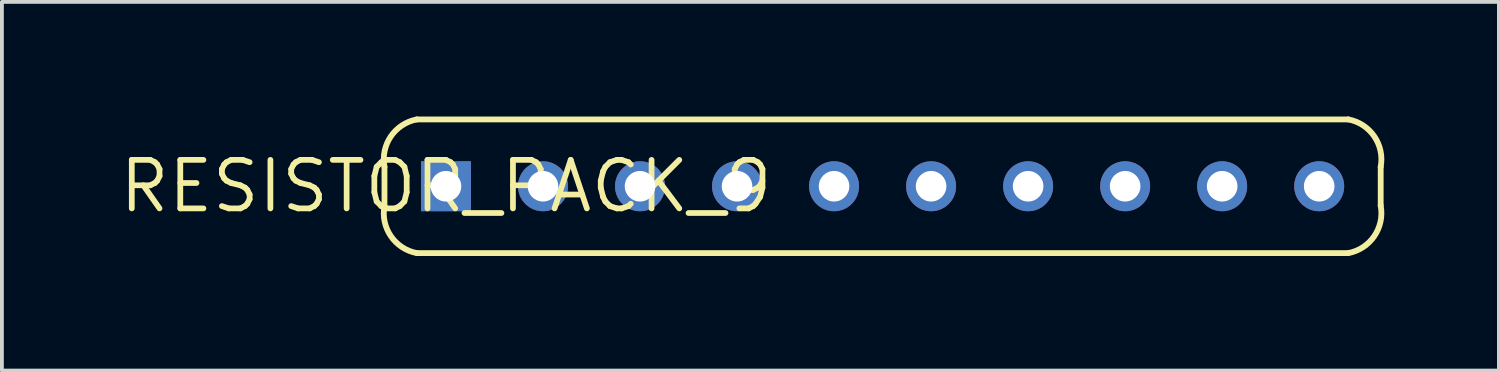
<source format=kicad_pcb>
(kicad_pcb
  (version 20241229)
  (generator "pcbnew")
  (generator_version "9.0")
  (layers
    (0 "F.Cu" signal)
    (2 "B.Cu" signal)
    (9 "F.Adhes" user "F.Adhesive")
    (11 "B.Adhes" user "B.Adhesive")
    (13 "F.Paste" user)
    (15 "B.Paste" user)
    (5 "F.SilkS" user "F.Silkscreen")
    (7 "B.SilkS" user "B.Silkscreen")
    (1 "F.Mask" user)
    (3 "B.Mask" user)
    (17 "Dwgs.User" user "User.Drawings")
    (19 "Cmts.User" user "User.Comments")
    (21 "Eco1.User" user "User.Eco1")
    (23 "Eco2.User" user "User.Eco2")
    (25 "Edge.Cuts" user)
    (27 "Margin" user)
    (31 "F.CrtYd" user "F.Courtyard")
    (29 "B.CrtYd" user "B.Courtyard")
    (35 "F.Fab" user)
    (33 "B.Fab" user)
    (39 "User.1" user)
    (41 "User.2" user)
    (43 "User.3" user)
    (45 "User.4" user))
  (footprint "RESISTOR_PACK_9"
    (layer "F.Cu")
    (at 8.625 1.826)
    (property "Reference" "RESISTOR_PACK_9" (at 0 0 0) (layer "F.SilkS") (effects (font (size 1.27 1.27) (thickness 0.15))))
    (attr through_hole)
    (fp_line (start -1.61 -0.508) (end -1.61 0.508) (stroke (width 0.152) (type solid)) (layer "F.SilkS"))
    (fp_line (start -0.762 1.75) (end 23.622 1.75) (stroke (width 0.152) (type solid)) (layer "F.SilkS"))
    (fp_line (start 23.622 -1.75) (end -0.762 -1.75) (stroke (width 0.152) (type solid)) (layer "F.SilkS"))
    (fp_line (start 24.47 -0.508) (end 24.47 0.508) (stroke (width 0.152) (type solid)) (layer "F.SilkS"))
    (fp_arc (start -1.61 -0.508) (mid -1.443226 -1.304627) (end -0.761999 -1.750001) (stroke (width 0.1524) (type solid)) (layer "F.SilkS"))
    (fp_arc (start -0.761999 1.750001) (mid -1.443226 1.304627) (end -1.61 0.508) (stroke (width 0.1524) (type solid)) (layer "F.SilkS"))
    (fp_arc (start 23.622 -1.75) (mid 24.303227 -1.304627) (end 24.47 -0.508) (stroke (width 0.1524) (type solid)) (layer "F.SilkS"))
    (fp_arc (start 24.47 0.508) (mid 24.303227 1.304627) (end 23.622 1.75) (stroke (width 0.1524) (type solid)) (layer "F.SilkS"))
    (pad "1" thru_hole rect (at 0 0 270) (size 1.308 1.308) (drill 0.8) (layers "*.Cu" "*.Mask"))
    (pad "2" thru_hole circle (at 2.54 0 270) (size 1.308 1.308) (drill 0.8) (layers "*.Cu" "*.Mask"))
    (pad "3" thru_hole circle (at 5.08 0 270) (size 1.308 1.308) (drill 0.8) (layers "*.Cu" "*.Mask"))
    (pad "4" thru_hole circle (at 7.62 0 270) (size 1.308 1.308) (drill 0.8) (layers "*.Cu" "*.Mask"))
    (pad "5" thru_hole circle (at 10.16 0 270) (size 1.308 1.308) (drill 0.8) (layers "*.Cu" "*.Mask"))
    (pad "6" thru_hole circle (at 12.7 0 270) (size 1.308 1.308) (drill 0.8) (layers "*.Cu" "*.Mask"))
    (pad "7" thru_hole circle (at 15.24 0 270) (size 1.308 1.308) (drill 0.8) (layers "*.Cu" "*.Mask"))
    (pad "8" thru_hole circle (at 17.78 0 270) (size 1.308 1.308) (drill 0.8) (layers "*.Cu" "*.Mask"))
    (pad "9" thru_hole circle (at 20.32 0 270) (size 1.308 1.308) (drill 0.8) (layers "*.Cu" "*.Mask"))
    (pad "10" thru_hole circle (at 22.86 0 270) (size 1.308 1.308) (drill 0.8) (layers "*.Cu" "*.Mask")))
  (gr_rect
    (start -3 -3)
    (end 36.19 6.652)
    (stroke (width 0.1) (type default))
    (fill no)
    (layer "Edge.Cuts")))
</source>
